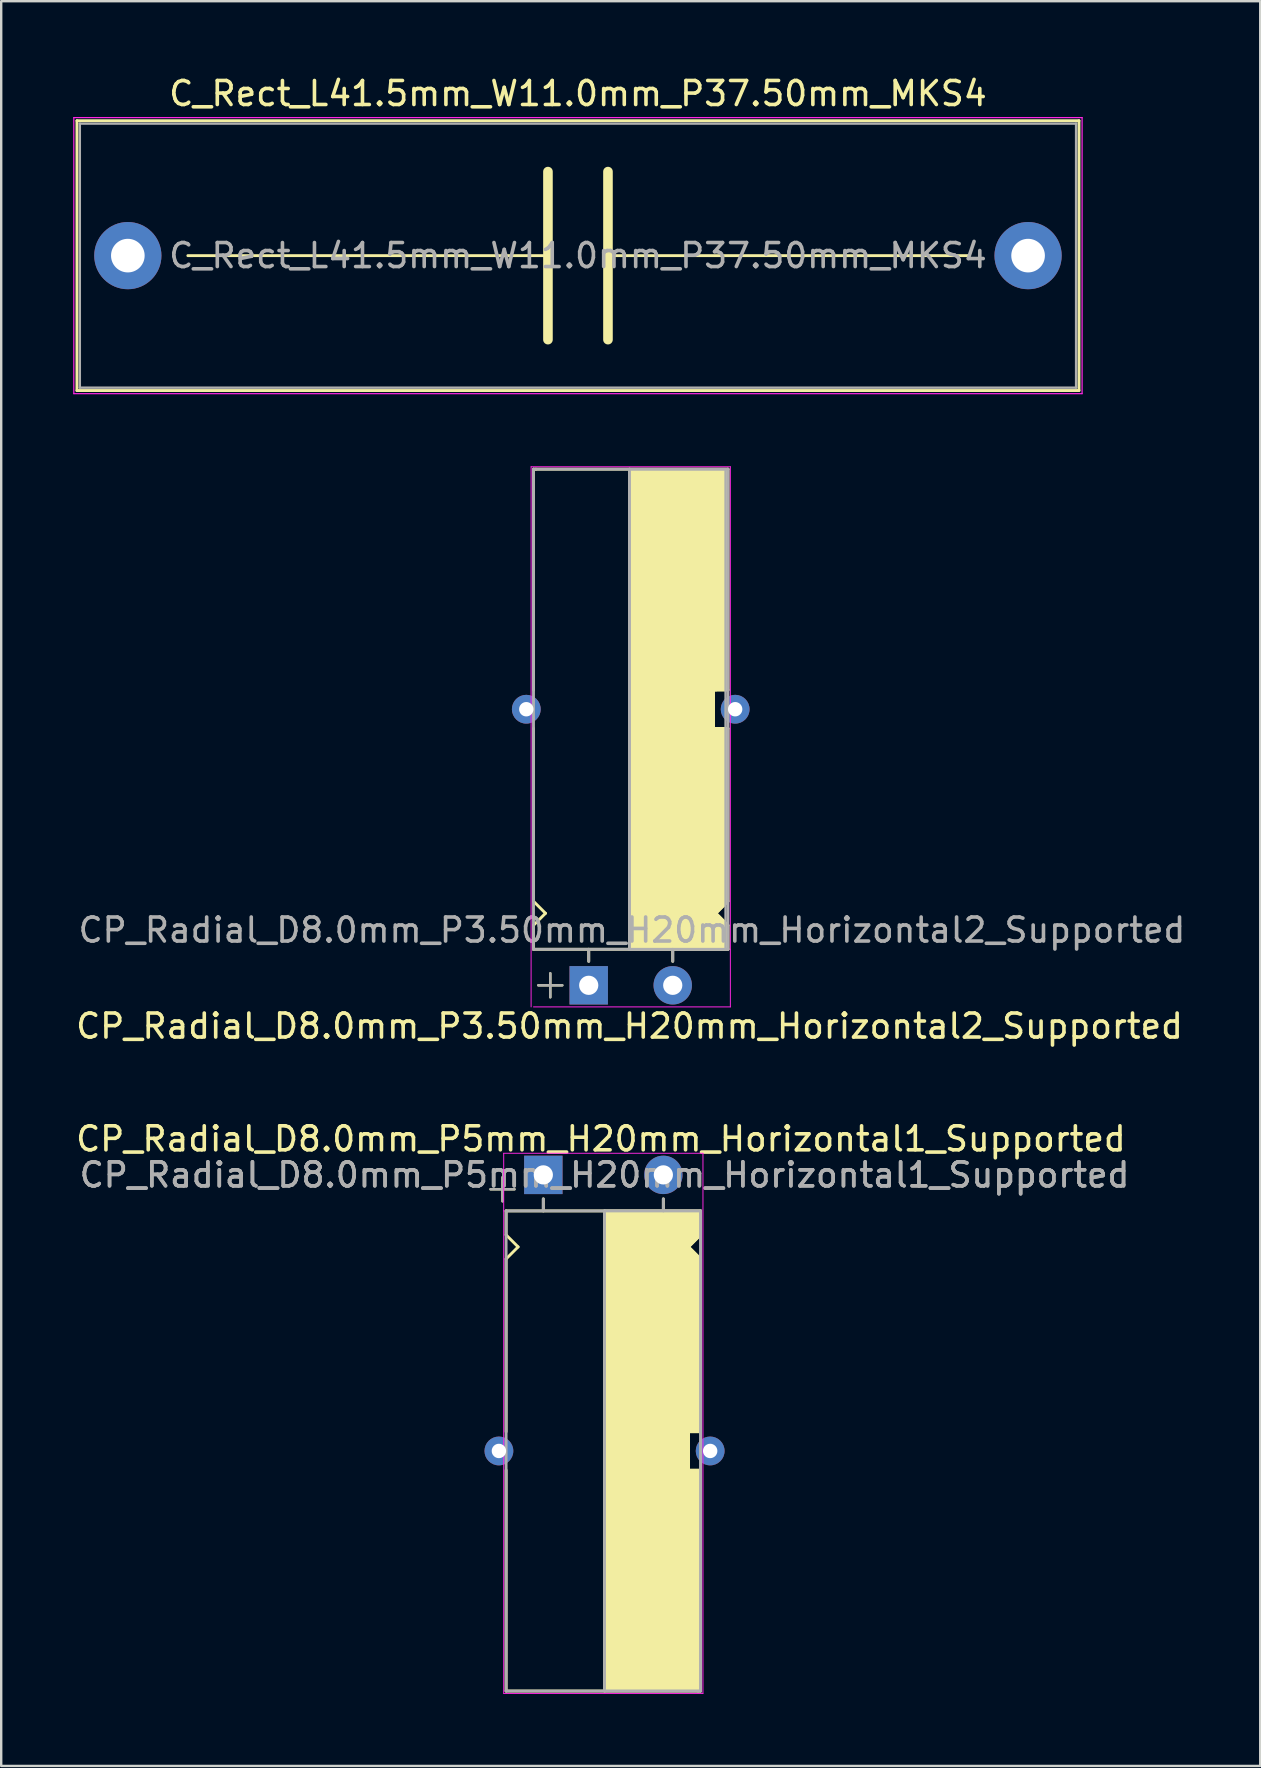
<source format=kicad_pcb>
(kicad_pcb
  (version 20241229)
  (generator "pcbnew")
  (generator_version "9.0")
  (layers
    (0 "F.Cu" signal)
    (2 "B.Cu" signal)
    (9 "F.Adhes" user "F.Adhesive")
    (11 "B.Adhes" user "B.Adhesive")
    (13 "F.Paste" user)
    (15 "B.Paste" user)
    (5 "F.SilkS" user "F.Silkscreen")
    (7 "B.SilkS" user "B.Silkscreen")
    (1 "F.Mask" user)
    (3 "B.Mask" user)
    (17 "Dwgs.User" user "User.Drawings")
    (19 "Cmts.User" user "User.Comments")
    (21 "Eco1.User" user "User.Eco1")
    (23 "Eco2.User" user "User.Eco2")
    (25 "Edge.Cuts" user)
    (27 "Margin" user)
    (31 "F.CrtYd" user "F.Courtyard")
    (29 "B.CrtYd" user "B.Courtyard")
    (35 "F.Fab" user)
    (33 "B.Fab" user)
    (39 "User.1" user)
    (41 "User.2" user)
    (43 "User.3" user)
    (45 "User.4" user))
  (footprint "CP_Radial_D8.0mm_P3.50mm_H20mm_Horizontal2_Supported"
    (layer "F.Cu")
    (at 21.473 37.993)
    (property "Reference" "CP_Radial_D8.0mm_P3.50mm_H20mm_Horizontal2_Supported" (at 1.7 1.7 0) (layer "F.SilkS") (effects (font (size 1 1) (thickness 0.15))))
    (attr through_hole)
    (fp_line (start -2.3 -21.5) (end -2.3 -12.3) (stroke (width 0.12) (type solid)) (layer "F.SilkS"))
    (fp_line (start -2.3 -21.5) (end -2.2 -21.5) (stroke (width 0.12) (type solid)) (layer "F.SilkS"))
    (fp_line (start -2.3 -3.5) (end -2.3 -10.7) (stroke (width 0.12) (type solid)) (layer "F.SilkS"))
    (fp_line (start -2.3 -3.5) (end -1.8 -3) (stroke (width 0.12) (type solid)) (layer "F.SilkS"))
    (fp_line (start -2.3 -2.5) (end -2.3 -1.5) (stroke (width 0.12) (type solid)) (layer "F.SilkS"))
    (fp_line (start -2.1 0) (end -1.1 0) (stroke (width 0.1) (type solid)) (layer "F.SilkS"))
    (fp_line (start -1.8 -3) (end -2.3 -2.5) (stroke (width 0.12) (type solid)) (layer "F.SilkS"))
    (fp_line (start -1.6 0.5) (end -1.6 -0.5) (stroke (width 0.1) (type solid)) (layer "F.SilkS"))
    (fp_line (start 0 -1) (end 0 -1.5) (stroke (width 0.12) (type solid)) (layer "F.SilkS"))
    (fp_line (start 1.7 -21.5) (end 1.7 -1.5) (stroke (width 0.12) (type solid)) (layer "F.SilkS"))
    (fp_line (start 3.5 -1) (end 3.5 -1.5) (stroke (width 0.12) (type solid)) (layer "F.SilkS"))
    (fp_line (start 5.2 -12.3) (end 5.2 -10.7) (stroke (width 0.12) (type solid)) (layer "F.SilkS"))
    (fp_line (start 5.2 -10.7) (end 5.8 -10.7) (stroke (width 0.12) (type solid)) (layer "F.SilkS"))
    (fp_line (start 5.3 -12.3) (end 5.2 -12.3) (stroke (width 0.12) (type solid)) (layer "F.SilkS"))
    (fp_line (start 5.3 -3) (end 5.8 -2.5) (stroke (width 0.12) (type solid)) (layer "F.SilkS"))
    (fp_line (start 5.8 -21.5) (end -2.2 -21.5) (stroke (width 0.12) (type solid)) (layer "F.SilkS"))
    (fp_line (start 5.8 -21.5) (end 5.8 -12.3) (stroke (width 0.12) (type solid)) (layer "F.SilkS"))
    (fp_line (start 5.8 -12.3) (end 5.3 -12.3) (stroke (width 0.12) (type solid)) (layer "F.SilkS"))
    (fp_line (start 5.8 -3.5) (end 5.3 -3) (stroke (width 0.12) (type solid)) (layer "F.SilkS"))
    (fp_line (start 5.8 -3.5) (end 5.8 -10.7) (stroke (width 0.12) (type solid)) (layer "F.SilkS"))
    (fp_line (start 5.8 -2.5) (end 5.8 -1.5) (stroke (width 0.12) (type solid)) (layer "F.SilkS"))
    (fp_line (start 5.8 -1.5) (end -2.3 -1.5) (stroke (width 0.12) (type solid)) (layer "F.SilkS"))
    (fp_poly (pts (xy 5.8 -12.3) (xy 5.2 -12.3) (xy 5.2 -10.7) (xy 5.8 -10.7) (xy 5.8 -3.5) (xy 5.3 -3) (xy 5.8 -2.5) (xy 5.8 -1.5) (xy 1.7 -1.5) (xy 1.7 -21.5) (xy 5.8 -21.5)) (stroke (width 0.1) (type solid)) (fill yes) (layer "F.SilkS"))
    (fp_line (start -2.4 -21.6) (end 5.9 -21.6) (stroke (width 0.04) (type solid)) (layer "F.CrtYd"))
    (fp_line (start -2.4 0.9) (end -2.4 -21.6) (stroke (width 0.04) (type solid)) (layer "F.CrtYd"))
    (fp_line (start -2.3 0.9) (end 5.9 0.9) (stroke (width 0.04) (type solid)) (layer "F.CrtYd"))
    (fp_line (start 5.9 -21.6) (end 5.9 -1.5) (stroke (width 0.04) (type solid)) (layer "F.CrtYd"))
    (fp_line (start 5.9 -1.5) (end 5.9 0.9) (stroke (width 0.04) (type solid)) (layer "F.CrtYd"))
    (fp_line (start -2.3 -21.5) (end 5.8 -21.5) (stroke (width 0.12) (type solid)) (layer "F.Fab"))
    (fp_line (start -2.3 -1.5) (end -2.3 -21.5) (stroke (width 0.12) (type solid)) (layer "F.Fab"))
    (fp_line (start -2.1 0) (end -1.1 0) (stroke (width 0.1) (type solid)) (layer "F.Fab"))
    (fp_line (start -1.6 0.5) (end -1.6 -0.5) (stroke (width 0.1) (type solid)) (layer "F.Fab"))
    (fp_line (start 0 -1.5) (end 0 -1) (stroke (width 0.12) (type solid)) (layer "F.Fab"))
    (fp_line (start 1.7 -1.5) (end 1.7 -21.5) (stroke (width 0.12) (type solid)) (layer "F.Fab"))
    (fp_line (start 3.5 -1.5) (end 3.5 -1) (stroke (width 0.12) (type solid)) (layer "F.Fab"))
    (fp_line (start 5.8 -21.5) (end 5.8 -1.5) (stroke (width 0.12) (type solid)) (layer "F.Fab"))
    (fp_line (start 5.8 -1.5) (end -2.3 -1.5) (stroke (width 0.12) (type solid)) (layer "F.Fab"))
    (fp_poly (pts (xy 1.7 -21.5) (xy 5.7 -21.5) (xy 5.7 -1.5) (xy 1.7 -1.5)) (stroke (width 0.1) (type solid)) (fill no) (layer "F.Fab"))
    (fp_text user "${REFERENCE}" (at 1.8 -2.3 0) (layer "F.Fab") (effects (font (size 1 1) (thickness 0.15))))
    (pad "1" thru_hole rect (at 0 0) (size 1.6 1.6) (drill 0.8) (layers "*.Cu" "*.Mask"))
    (pad "2" thru_hole circle (at 3.5 0) (size 1.6 1.6) (drill 0.8) (layers "*.Cu" "*.Mask"))
    (pad "~" thru_hole circle (at -2.6 -11.5 180) (size 1.2 1.2) (drill 0.6) (layers "*.Cu" "*.Mask"))
    (pad "~" thru_hole circle (at 6.1 -11.5 180) (size 1.2 1.2) (drill 0.6) (layers "*.Cu" "*.Mask")))
  (footprint "CP_Radial_D8.0mm_P5mm_H20mm_Horizontal1_Supported"
    (layer "F.Cu")
    (at 20.382 45.89)
    (property "Reference" "CP_Radial_D8.0mm_P5mm_H20mm_Horizontal1_Supported" (at 1.6 -1.5 0) (layer "F.SilkS") (effects (font (size 1 1) (thickness 0.15))))
    (attr through_hole)
    (fp_line (start -3 0.6) (end -2 0.6) (stroke (width 0.1) (type solid)) (layer "F.SilkS"))
    (fp_line (start -2.5 1.1) (end -2.5 0.1) (stroke (width 0.1) (type solid)) (layer "F.SilkS"))
    (fp_line (start -2.35 1.5) (end -2.35 2.5) (stroke (width 0.12) (type solid)) (layer "F.SilkS"))
    (fp_line (start -2.35 1.5) (end 5.75 1.5) (stroke (width 0.12) (type solid)) (layer "F.SilkS"))
    (fp_line (start -2.35 2.5) (end -1.85 3) (stroke (width 0.12) (type solid)) (layer "F.SilkS"))
    (fp_line (start -2.35 10.7) (end -2.35 3.5) (stroke (width 0.12) (type solid)) (layer "F.SilkS"))
    (fp_line (start -2.35 12.3) (end -2.35 21.5) (stroke (width 0.12) (type solid)) (layer "F.SilkS"))
    (fp_line (start -2.35 21.5) (end 5.65 21.5) (stroke (width 0.12) (type solid)) (layer "F.SilkS"))
    (fp_line (start -1.85 3) (end -2.35 3.5) (stroke (width 0.12) (type solid)) (layer "F.SilkS"))
    (fp_line (start -0.8 1) (end -0.8 1.5) (stroke (width 0.12) (type solid)) (layer "F.SilkS"))
    (fp_line (start 1.75 21.5) (end 1.75 1.5) (stroke (width 0.12) (type solid)) (layer "F.SilkS"))
    (fp_line (start 4.2 1) (end 4.2 1.5) (stroke (width 0.12) (type solid)) (layer "F.SilkS"))
    (fp_line (start 5.25 3) (end 5.75 2.5) (stroke (width 0.12) (type solid)) (layer "F.SilkS"))
    (fp_line (start 5.25 10.7) (end 5.25 12.3) (stroke (width 0.12) (type solid)) (layer "F.SilkS"))
    (fp_line (start 5.25 12.3) (end 5.75 12.3) (stroke (width 0.12) (type solid)) (layer "F.SilkS"))
    (fp_line (start 5.75 2.5) (end 5.75 1.5) (stroke (width 0.12) (type solid)) (layer "F.SilkS"))
    (fp_line (start 5.75 3.5) (end 5.25 3) (stroke (width 0.12) (type solid)) (layer "F.SilkS"))
    (fp_line (start 5.75 10.7) (end 5.25 10.7) (stroke (width 0.12) (type solid)) (layer "F.SilkS"))
    (fp_line (start 5.75 10.7) (end 5.75 3.5) (stroke (width 0.12) (type solid)) (layer "F.SilkS"))
    (fp_line (start 5.75 12.3) (end 5.75 21.5) (stroke (width 0.12) (type solid)) (layer "F.SilkS"))
    (fp_line (start 5.75 21.5) (end 5.65 21.5) (stroke (width 0.12) (type solid)) (layer "F.SilkS"))
    (fp_poly (pts (xy 5.75 2.5) (xy 5.25 3) (xy 5.75 3.5) (xy 5.75 10.7) (xy 5.25 10.7) (xy 5.25 12.3) (xy 5.75 12.3) (xy 5.75 21.5) (xy 1.75 21.5) (xy 1.75 1.5) (xy 5.75 1.5)) (stroke (width 0.1) (type solid)) (fill yes) (layer "F.SilkS"))
    (fp_line (start -2.45 -0.9) (end 5.85 -0.9) (stroke (width 0.04) (type solid)) (layer "F.CrtYd"))
    (fp_line (start -2.45 1.5) (end -2.45 -0.9) (stroke (width 0.04) (type solid)) (layer "F.CrtYd"))
    (fp_line (start -2.45 21.6) (end -2.45 1.5) (stroke (width 0.04) (type solid)) (layer "F.CrtYd"))
    (fp_line (start 5.85 -0.9) (end 5.85 21.6) (stroke (width 0.04) (type solid)) (layer "F.CrtYd"))
    (fp_line (start 5.85 21.6) (end -2.45 21.6) (stroke (width 0.04) (type solid)) (layer "F.CrtYd"))
    (fp_line (start -3 0.6) (end -2 0.6) (stroke (width 0.1) (type solid)) (layer "F.Fab"))
    (fp_line (start -2.5 1.1) (end -2.5 0.1) (stroke (width 0.1) (type solid)) (layer "F.Fab"))
    (fp_line (start -2.35 1.5) (end 5.75 1.5) (stroke (width 0.12) (type solid)) (layer "F.Fab"))
    (fp_line (start -2.35 21.5) (end -2.35 1.5) (stroke (width 0.12) (type solid)) (layer "F.Fab"))
    (fp_line (start -0.8 1.5) (end -0.8 1) (stroke (width 0.12) (type solid)) (layer "F.Fab"))
    (fp_line (start 1.75 1.5) (end 1.75 21.5) (stroke (width 0.12) (type solid)) (layer "F.Fab"))
    (fp_line (start 4.2 1.5) (end 4.2 1) (stroke (width 0.12) (type solid)) (layer "F.Fab"))
    (fp_line (start 5.75 1.5) (end 5.75 21.5) (stroke (width 0.12) (type solid)) (layer "F.Fab"))
    (fp_line (start 5.75 21.5) (end -2.35 21.5) (stroke (width 0.12) (type solid)) (layer "F.Fab"))
    (fp_poly (pts (xy 5.75 21.5) (xy 1.75 21.5) (xy 1.75 1.5) (xy 5.75 1.5)) (stroke (width 0.1) (type solid)) (fill no) (layer "F.Fab"))
    (fp_text user "${REFERENCE}" (at 1.75 0 0) (layer "F.Fab") (effects (font (size 1 1) (thickness 0.15))))
    (fp_text user "${REFERENCE}" (at 1.75 0 0) (layer "F.Fab") (effects (font (size 1 1) (thickness 0.15))))
    (pad "1" thru_hole rect (at -0.8 0) (size 1.6 1.6) (drill 0.8) (layers "*.Cu" "*.Mask"))
    (pad "2" thru_hole circle (at 4.2 0) (size 1.6 1.6) (drill 0.8) (layers "*.Cu" "*.Mask"))
    (pad "~" thru_hole circle (at -2.65 11.5) (size 1.2 1.2) (drill 0.6) (layers "*.Cu" "*.Mask"))
    (pad "~" thru_hole circle (at 6.15 11.5) (size 1.2 1.2) (drill 0.6) (layers "*.Cu" "*.Mask")))
  (footprint "C_Rect_L41.5mm_W11.0mm_P37.50mm_MKS4"
    (layer "F.Cu")
    (at 2.275 7.598)
    (property "Reference" "C_Rect_L41.5mm_W11.0mm_P37.50mm_MKS4" (at 18.75 -6.75 0) (layer "F.SilkS") (effects (font (size 1 1) (thickness 0.15))))
    (attr through_hole)
    (fp_line (start -2.12 -5.62) (end -2.12 5.62) (stroke (width 0.12) (type solid)) (layer "F.SilkS"))
    (fp_line (start -2.12 -5.62) (end 39.62 -5.62) (stroke (width 0.12) (type solid)) (layer "F.SilkS"))
    (fp_line (start -2.12 5.62) (end 39.62 5.62) (stroke (width 0.12) (type solid)) (layer "F.SilkS"))
    (fp_line (start 2.5 0) (end 17.5 0) (stroke (width 0.12) (type solid)) (layer "F.SilkS"))
    (fp_line (start 17.5 -3.5) (end 17.5 3.5) (stroke (width 0.4) (type solid)) (layer "F.SilkS"))
    (fp_line (start 20 -3.5) (end 20 3.5) (stroke (width 0.4) (type solid)) (layer "F.SilkS"))
    (fp_line (start 20 0) (end 35 0) (stroke (width 0.12) (type solid)) (layer "F.SilkS"))
    (fp_line (start 39.62 -5.62) (end 39.62 5.62) (stroke (width 0.12) (type solid)) (layer "F.SilkS"))
    (fp_line (start -2.25 -5.75) (end -2.25 5.75) (stroke (width 0.05) (type solid)) (layer "F.CrtYd"))
    (fp_line (start -2.25 5.75) (end 39.75 5.75) (stroke (width 0.05) (type solid)) (layer "F.CrtYd"))
    (fp_line (start 39.75 -5.75) (end -2.25 -5.75) (stroke (width 0.05) (type solid)) (layer "F.CrtYd"))
    (fp_line (start 39.75 5.75) (end 39.75 -5.75) (stroke (width 0.05) (type solid)) (layer "F.CrtYd"))
    (fp_line (start -2 -5.5) (end -2 5.5) (stroke (width 0.1) (type solid)) (layer "F.Fab"))
    (fp_line (start -2 5.5) (end 39.5 5.5) (stroke (width 0.1) (type solid)) (layer "F.Fab"))
    (fp_line (start 39.5 -5.5) (end -2 -5.5) (stroke (width 0.1) (type solid)) (layer "F.Fab"))
    (fp_line (start 39.5 5.5) (end 39.5 -5.5) (stroke (width 0.1) (type solid)) (layer "F.Fab"))
    (fp_text user "${REFERENCE}" (at 18.75 0 0) (layer "F.Fab") (effects (font (size 1 1) (thickness 0.15))))
    (pad "1" thru_hole circle (at 0 0) (size 2.8 2.8) (drill 1.4) (layers "*.Cu" "*.Mask"))
    (pad "2" thru_hole circle (at 37.5 0) (size 2.8 2.8) (drill 1.4) (layers "*.Cu" "*.Mask")))
  (gr_rect
    (start -3 -3)
    (end 49.445 70.51)
    (stroke (width 0.1) (type default))
    (fill no)
    (layer "Edge.Cuts")))
</source>
